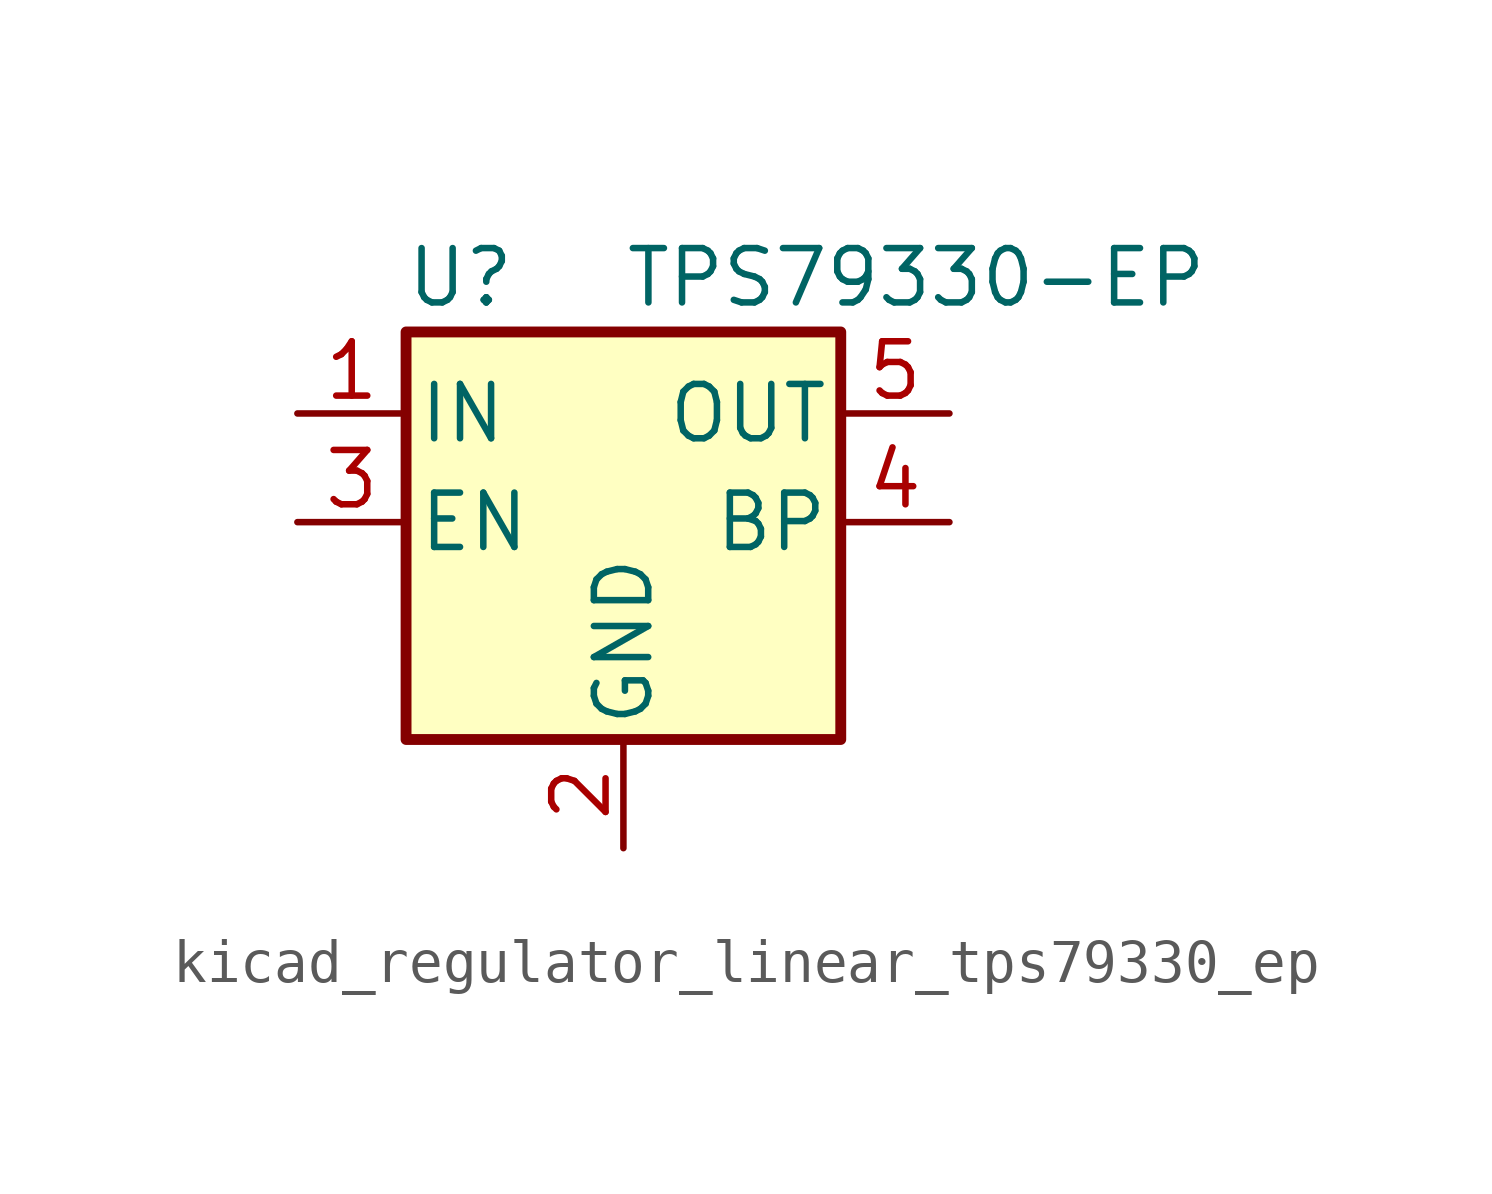
<source format=kicad_sym>
(kicad_symbol_lib
  (version 20220914)
  (generator kicad_symbol_editor)
  (symbol "kicad_regulator_linear_tps79330_ep"
    (pin_names
      (offset 0.254))
    (property "Reference" "U"
      (at -3.81 5.715 0)
      (effects (font (size 1.27 1.27))))
    (property "Value" "TPS79330-EP"
      (at 0 5.715 0)
      (effects (font (size 1.27 1.27)) (justify left)))
    (symbol "kicad_regulator_linear_tps79330_ep_1_1"
      (rectangle (start 5.08 -5.08) (end -5.08 4.445) (stroke (width 0.254) (type default)) (fill (type background)))
      (pin power_in line (at -7.62 2.54 0) (length 2.54) (name "IN" (effects (font (size 1.27 1.27)))) (number "1" (effects (font (size 1.27 1.27)))))
      (pin power_in line (at 0 -7.62 90) (length 2.54) (name "GND" (effects (font (size 1.27 1.27)))) (number "2" (effects (font (size 1.27 1.27)))))
      (pin input line (at -7.62 0 0) (length 2.54) (name "EN" (effects (font (size 1.27 1.27)))) (number "3" (effects (font (size 1.27 1.27)))))
      (pin bidirectional line (at 7.62 0 180) (length 2.54) (name "BP" (effects (font (size 1.27 1.27)))) (number "4" (effects (font (size 1.27 1.27)))))
      (pin power_out line (at 7.62 2.54 180) (length 2.54) (name "OUT" (effects (font (size 1.27 1.27)))) (number "5" (effects (font (size 1.27 1.27))))))))
</source>
